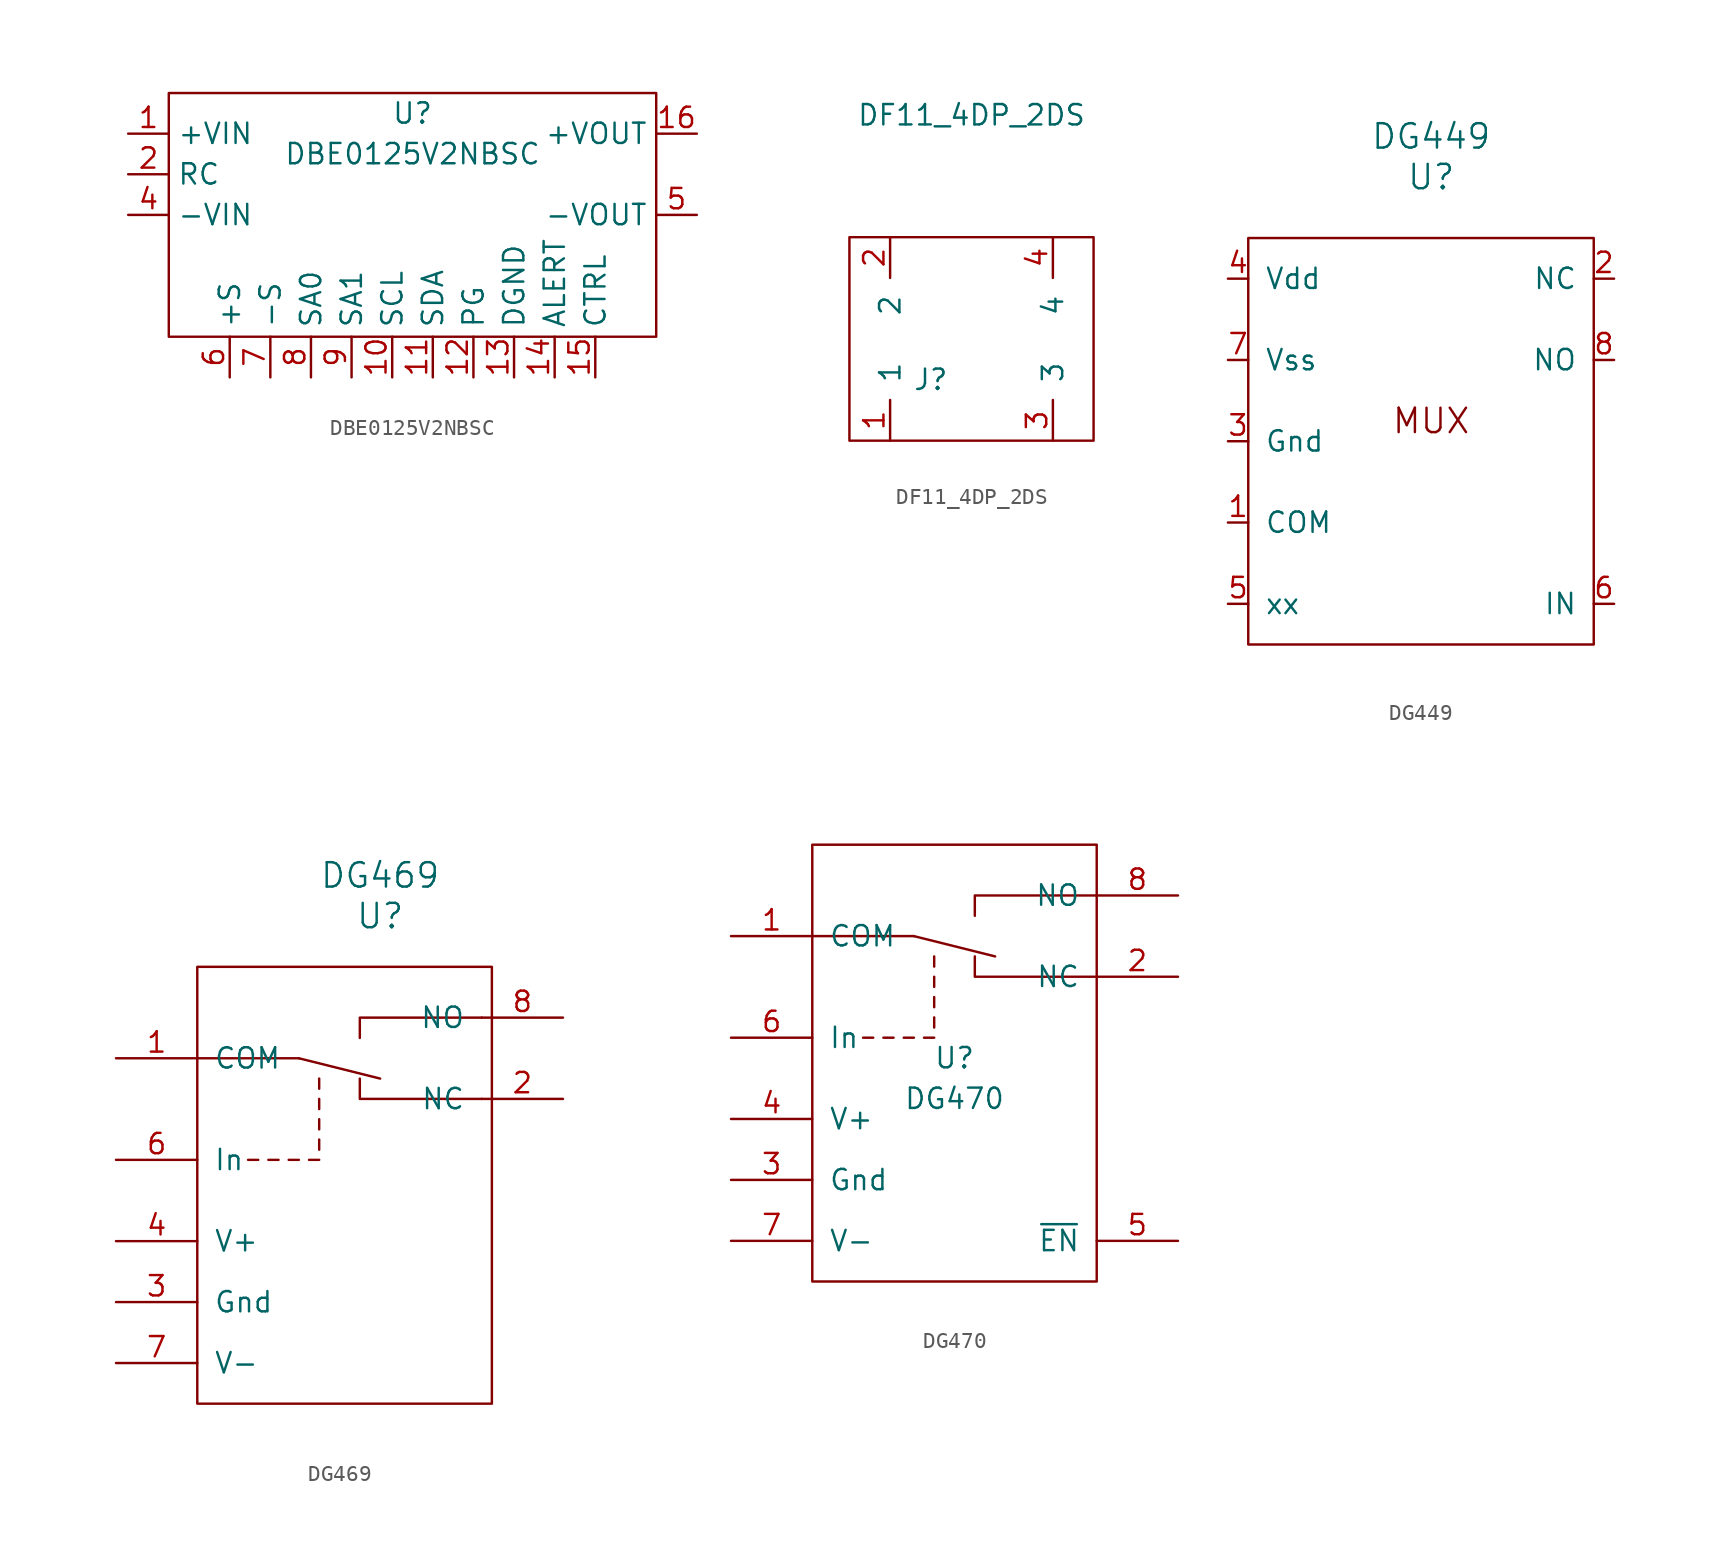
<source format=kicad_sym>
(kicad_symbol_lib
  (version 20211014)
  (generator kicad_symbol_editor)
  (symbol "DBE0125V2NBSC"
    (property "Reference" "U"
      (at 0 6.35 0)
      (effects (font (size 1.27 1.27))))
    (property "Value" "DBE0125V2NBSC"
      (at 0 3.81 0)
      (effects (font (size 1.27 1.27))))
    (symbol "DBE0125V2NBSC_0_1"
      (rectangle (start -15.24 7.62) (end 15.24 -7.62) (stroke (width 0) (type default) (color 0 0 0 0)) (fill (type none))))
    (symbol "DBE0125V2NBSC_1_1"
      (pin power_in line (at -17.78 5.08 0) (length 2.54) (name "+VIN" (effects (font (size 1.27 1.27)))) (number "1" (effects (font (size 1.27 1.27)))))
      (pin input line (at -1.27 -10.16 90) (length 2.54) (name "SCL" (effects (font (size 1.27 1.27)))) (number "10" (effects (font (size 1.27 1.27)))))
      (pin input line (at 1.27 -10.16 90) (length 2.54) (name "SDA" (effects (font (size 1.27 1.27)))) (number "11" (effects (font (size 1.27 1.27)))))
      (pin output line (at 3.81 -10.16 90) (length 2.54) (name "PG" (effects (font (size 1.27 1.27)))) (number "12" (effects (font (size 1.27 1.27)))))
      (pin bidirectional line (at 6.35 -10.16 90) (length 2.54) (name "DGND" (effects (font (size 1.27 1.27)))) (number "13" (effects (font (size 1.27 1.27)))))
      (pin output line (at 8.89 -10.16 90) (length 2.54) (name "ALERT" (effects (font (size 1.27 1.27)))) (number "14" (effects (font (size 1.27 1.27)))))
      (pin input line (at 11.43 -10.16 90) (length 2.54) (name "CTRL" (effects (font (size 1.27 1.27)))) (number "15" (effects (font (size 1.27 1.27)))))
      (pin power_out line (at 17.78 5.08 180) (length 2.54) (name "+VOUT" (effects (font (size 1.27 1.27)))) (number "16" (effects (font (size 1.27 1.27)))))
      (pin input line (at -17.78 2.54 0) (length 2.54) (name "RC" (effects (font (size 1.27 1.27)))) (number "2" (effects (font (size 1.27 1.27)))))
      (pin power_in line (at -17.78 0 0) (length 2.54) (name "-VIN" (effects (font (size 1.27 1.27)))) (number "4" (effects (font (size 1.27 1.27)))))
      (pin power_out line (at 17.78 0 180) (length 2.54) (name "-VOUT" (effects (font (size 1.27 1.27)))) (number "5" (effects (font (size 1.27 1.27)))))
      (pin input line (at -11.43 -10.16 90) (length 2.54) (name "+S" (effects (font (size 1.27 1.27)))) (number "6" (effects (font (size 1.27 1.27)))))
      (pin input line (at -8.89 -10.16 90) (length 2.54) (name "-S" (effects (font (size 1.27 1.27)))) (number "7" (effects (font (size 1.27 1.27)))))
      (pin input line (at -6.35 -10.16 90) (length 2.54) (name "SA0" (effects (font (size 1.27 1.27)))) (number "8" (effects (font (size 1.27 1.27)))))
      (pin input line (at -3.81 -10.16 90) (length 2.54) (name "SA1" (effects (font (size 1.27 1.27)))) (number "9" (effects (font (size 1.27 1.27)))))))
  (symbol "DF11_4DP_2DS"
    (pin_names
      (offset 1.016))
    (property "Reference" "J"
      (at -2.54 -2.54 0)
      (effects (font (size 1.27 1.27))))
    (property "Value" "DF11_4DP_2DS"
      (at 0 13.97 0)
      (effects (font (size 1.27 1.27))))
    (symbol "DF11_4DP_2DS_0_1"
      (rectangle (start -7.62 6.35) (end 7.62 -6.35) (stroke (width 0) (type default) (color 0 0 0 0)) (fill (type none))))
    (symbol "DF11_4DP_2DS_1_1"
      (pin input line (at -5.08 -6.35 90) (length 2.54) (name "1" (effects (font (size 1.27 1.27)))) (number "1" (effects (font (size 1.27 1.27)))))
      (pin input line (at -5.08 6.35 270) (length 2.54) (name "2" (effects (font (size 1.27 1.27)))) (number "2" (effects (font (size 1.27 1.27)))))
      (pin input line (at 5.08 -6.35 90) (length 2.54) (name "3" (effects (font (size 1.27 1.27)))) (number "3" (effects (font (size 1.27 1.27)))))
      (pin input line (at 5.08 6.35 270) (length 2.54) (name "4" (effects (font (size 1.27 1.27)))) (number "4" (effects (font (size 1.27 1.27)))))))
  (symbol "DG449"
    (pin_names
      (offset 1.016))
    (property "Reference" "U"
      (at 0 15.24 0)
      (effects (font (size 1.524 1.524))))
    (property "Value" "DG449"
      (at 0 17.78 0)
      (effects (font (size 1.524 1.524))))
    (symbol "DG449_0_0"
      (text "MUX" (at 0 0 0) (effects (font (size 1.524 1.524)))))
    (symbol "DG449_0_1"
      (rectangle (start -11.43 11.43) (end 10.16 -13.97) (stroke (width 0) (type default) (color 0 0 0 0)) (fill (type none))))
    (symbol "DG449_1_1"
      (pin bidirectional line (at -12.7 -6.35 0) (length 1.27) (name "COM" (effects (font (size 1.27 1.27)))) (number "1" (effects (font (size 1.27 1.27)))))
      (pin bidirectional line (at 11.43 8.89 180) (length 1.27) (name "NC" (effects (font (size 1.27 1.27)))) (number "2" (effects (font (size 1.27 1.27)))))
      (pin power_in line (at -12.7 -1.27 0) (length 1.27) (name "Gnd" (effects (font (size 1.27 1.27)))) (number "3" (effects (font (size 1.27 1.27)))))
      (pin power_in line (at -12.7 8.89 0) (length 1.27) (name "Vdd" (effects (font (size 1.27 1.27)))) (number "4" (effects (font (size 1.27 1.27)))))
      (pin input line (at -12.7 -11.43 0) (length 1.27) (name "xx" (effects (font (size 1.27 1.27)))) (number "5" (effects (font (size 1.27 1.27)))))
      (pin input line (at 11.43 -11.43 180) (length 1.27) (name "IN" (effects (font (size 1.27 1.27)))) (number "6" (effects (font (size 1.27 1.27)))))
      (pin power_in line (at -12.7 3.81 0) (length 1.27) (name "Vss" (effects (font (size 1.27 1.27)))) (number "7" (effects (font (size 1.27 1.27)))))
      (pin bidirectional line (at 11.43 3.81 180) (length 1.27) (name "NO" (effects (font (size 1.27 1.27)))) (number "8" (effects (font (size 1.27 1.27)))))))
  (symbol "DG469"
    (pin_names
      (offset 1.016))
    (property "Reference" "U"
      (at 0 6.35 0)
      (effects (font (size 1.524 1.524))))
    (property "Value" "DG469"
      (at 0 8.89 0)
      (effects (font (size 1.524 1.524))))
    (symbol "DG469_0_1"
      (rectangle (start -11.43 -24.13) (end 6.985 3.175) (stroke (width 0) (type default) (color 0 0 0 0)) (fill (type none)))
      (polyline (pts (xy -11.43 -2.54) (xy -5.08 -2.54)) (stroke (width 0) (type default) (color 0 0 0 0)) (fill (type none)))
      (polyline (pts (xy -8.255 -8.89) (xy -7.62 -8.89)) (stroke (width 0) (type default) (color 0 0 0 0)) (fill (type none)))
      (polyline (pts (xy -6.985 -8.89) (xy -6.35 -8.89)) (stroke (width 0) (type default) (color 0 0 0 0)) (fill (type none)))
      (polyline (pts (xy -5.715 -8.89) (xy -5.08 -8.89)) (stroke (width 0) (type default) (color 0 0 0 0)) (fill (type none)))
      (polyline (pts (xy -5.08 -2.54) (xy 0 -3.81)) (stroke (width 0) (type default) (color 0 0 0 0)) (fill (type none)))
      (polyline (pts (xy -4.445 -8.89) (xy -3.81 -8.89)) (stroke (width 0) (type default) (color 0 0 0 0)) (fill (type none)))
      (polyline (pts (xy -3.81 -8.255) (xy -3.81 -7.62)) (stroke (width 0) (type default) (color 0 0 0 0)) (fill (type none)))
      (polyline (pts (xy -3.81 -6.985) (xy -3.81 -6.35)) (stroke (width 0) (type default) (color 0 0 0 0)) (fill (type none)))
      (polyline (pts (xy -3.81 -5.715) (xy -3.81 -5.08)) (stroke (width 0) (type default) (color 0 0 0 0)) (fill (type none)))
      (polyline (pts (xy -3.81 -4.445) (xy -3.81 -3.81)) (stroke (width 0) (type default) (color 0 0 0 0)) (fill (type none)))
      (polyline (pts (xy -1.27 -3.81) (xy -1.27 -5.08) (xy 6.35 -5.08)) (stroke (width 0) (type default) (color 0 0 0 0)) (fill (type none)))
      (polyline (pts (xy -1.27 -1.27) (xy -1.27 0) (xy 6.35 0)) (stroke (width 0) (type default) (color 0 0 0 0)) (fill (type none))))
    (symbol "DG469_1_1"
      (pin bidirectional line (at -16.51 -2.54 0) (length 5.08) (name "COM" (effects (font (size 1.27 1.27)))) (number "1" (effects (font (size 1.27 1.27)))))
      (pin bidirectional line (at 11.43 -5.08 180) (length 5.08) (name "NC" (effects (font (size 1.27 1.27)))) (number "2" (effects (font (size 1.27 1.27)))))
      (pin bidirectional line (at -16.51 -17.78 0) (length 5.08) (name "Gnd" (effects (font (size 1.27 1.27)))) (number "3" (effects (font (size 1.27 1.27)))))
      (pin bidirectional line (at -16.51 -13.97 0) (length 5.08) (name "V+" (effects (font (size 1.27 1.27)))) (number "4" (effects (font (size 1.27 1.27)))))
      (pin bidirectional line (at -16.51 -8.89 0) (length 5.08) (name "In" (effects (font (size 1.27 1.27)))) (number "6" (effects (font (size 1.27 1.27)))))
      (pin bidirectional line (at -16.51 -21.59 0) (length 5.08) (name "V-" (effects (font (size 1.27 1.27)))) (number "7" (effects (font (size 1.27 1.27)))))
      (pin bidirectional line (at 11.43 0 180) (length 5.08) (name "NO" (effects (font (size 1.27 1.27)))) (number "8" (effects (font (size 1.27 1.27)))))))
  (symbol "DG470"
    (pin_names
      (offset 1.016))
    (property "Reference" "U"
      (at 0 1.27 0)
      (effects (font (size 1.27 1.27))))
    (property "Value" "DG470"
      (at 0 -1.27 0)
      (effects (font (size 1.27 1.27))))
    (symbol "DG470_1_1"
      (rectangle (start -8.89 -12.7) (end 8.89 14.605) (stroke (width 0) (type default) (color 0 0 0 0)) (fill (type none)))
      (polyline (pts (xy -8.89 8.89) (xy -2.54 8.89)) (stroke (width 0) (type default) (color 0 0 0 0)) (fill (type none)))
      (polyline (pts (xy -5.715 2.54) (xy -5.08 2.54)) (stroke (width 0) (type default) (color 0 0 0 0)) (fill (type none)))
      (polyline (pts (xy -4.445 2.54) (xy -3.81 2.54)) (stroke (width 0) (type default) (color 0 0 0 0)) (fill (type none)))
      (polyline (pts (xy -3.175 2.54) (xy -2.54 2.54)) (stroke (width 0) (type default) (color 0 0 0 0)) (fill (type none)))
      (polyline (pts (xy -2.54 8.89) (xy 2.54 7.62)) (stroke (width 0) (type default) (color 0 0 0 0)) (fill (type none)))
      (polyline (pts (xy -1.905 2.54) (xy -1.27 2.54)) (stroke (width 0) (type default) (color 0 0 0 0)) (fill (type none)))
      (polyline (pts (xy -1.27 3.175) (xy -1.27 3.81)) (stroke (width 0) (type default) (color 0 0 0 0)) (fill (type none)))
      (polyline (pts (xy -1.27 4.445) (xy -1.27 5.08)) (stroke (width 0) (type default) (color 0 0 0 0)) (fill (type none)))
      (polyline (pts (xy -1.27 5.715) (xy -1.27 6.35)) (stroke (width 0) (type default) (color 0 0 0 0)) (fill (type none)))
      (polyline (pts (xy -1.27 6.985) (xy -1.27 7.62)) (stroke (width 0) (type default) (color 0 0 0 0)) (fill (type none)))
      (polyline (pts (xy 1.27 7.62) (xy 1.27 6.35) (xy 8.89 6.35)) (stroke (width 0) (type default) (color 0 0 0 0)) (fill (type none)))
      (polyline (pts (xy 1.27 10.16) (xy 1.27 11.43) (xy 8.89 11.43)) (stroke (width 0) (type default) (color 0 0 0 0)) (fill (type none)))
      (pin bidirectional line (at -13.97 8.89 0) (length 5.08) (name "COM" (effects (font (size 1.27 1.27)))) (number "1" (effects (font (size 1.27 1.27)))))
      (pin bidirectional line (at 13.97 6.35 180) (length 5.08) (name "NC" (effects (font (size 1.27 1.27)))) (number "2" (effects (font (size 1.27 1.27)))))
      (pin power_in line (at -13.97 -6.35 0) (length 5.08) (name "Gnd" (effects (font (size 1.27 1.27)))) (number "3" (effects (font (size 1.27 1.27)))))
      (pin power_in line (at -13.97 -2.54 0) (length 5.08) (name "V+" (effects (font (size 1.27 1.27)))) (number "4" (effects (font (size 1.27 1.27)))))
      (pin input line (at 13.97 -10.16 180) (length 5.08) (name "~{EN}" (effects (font (size 1.27 1.27)))) (number "5" (effects (font (size 1.27 1.27)))))
      (pin input line (at -13.97 2.54 0) (length 5.08) (name "In" (effects (font (size 1.27 1.27)))) (number "6" (effects (font (size 1.27 1.27)))))
      (pin power_in line (at -13.97 -10.16 0) (length 5.08) (name "V-" (effects (font (size 1.27 1.27)))) (number "7" (effects (font (size 1.27 1.27)))))
      (pin bidirectional line (at 13.97 11.43 180) (length 5.08) (name "NO" (effects (font (size 1.27 1.27)))) (number "8" (effects (font (size 1.27 1.27))))))))
</source>
